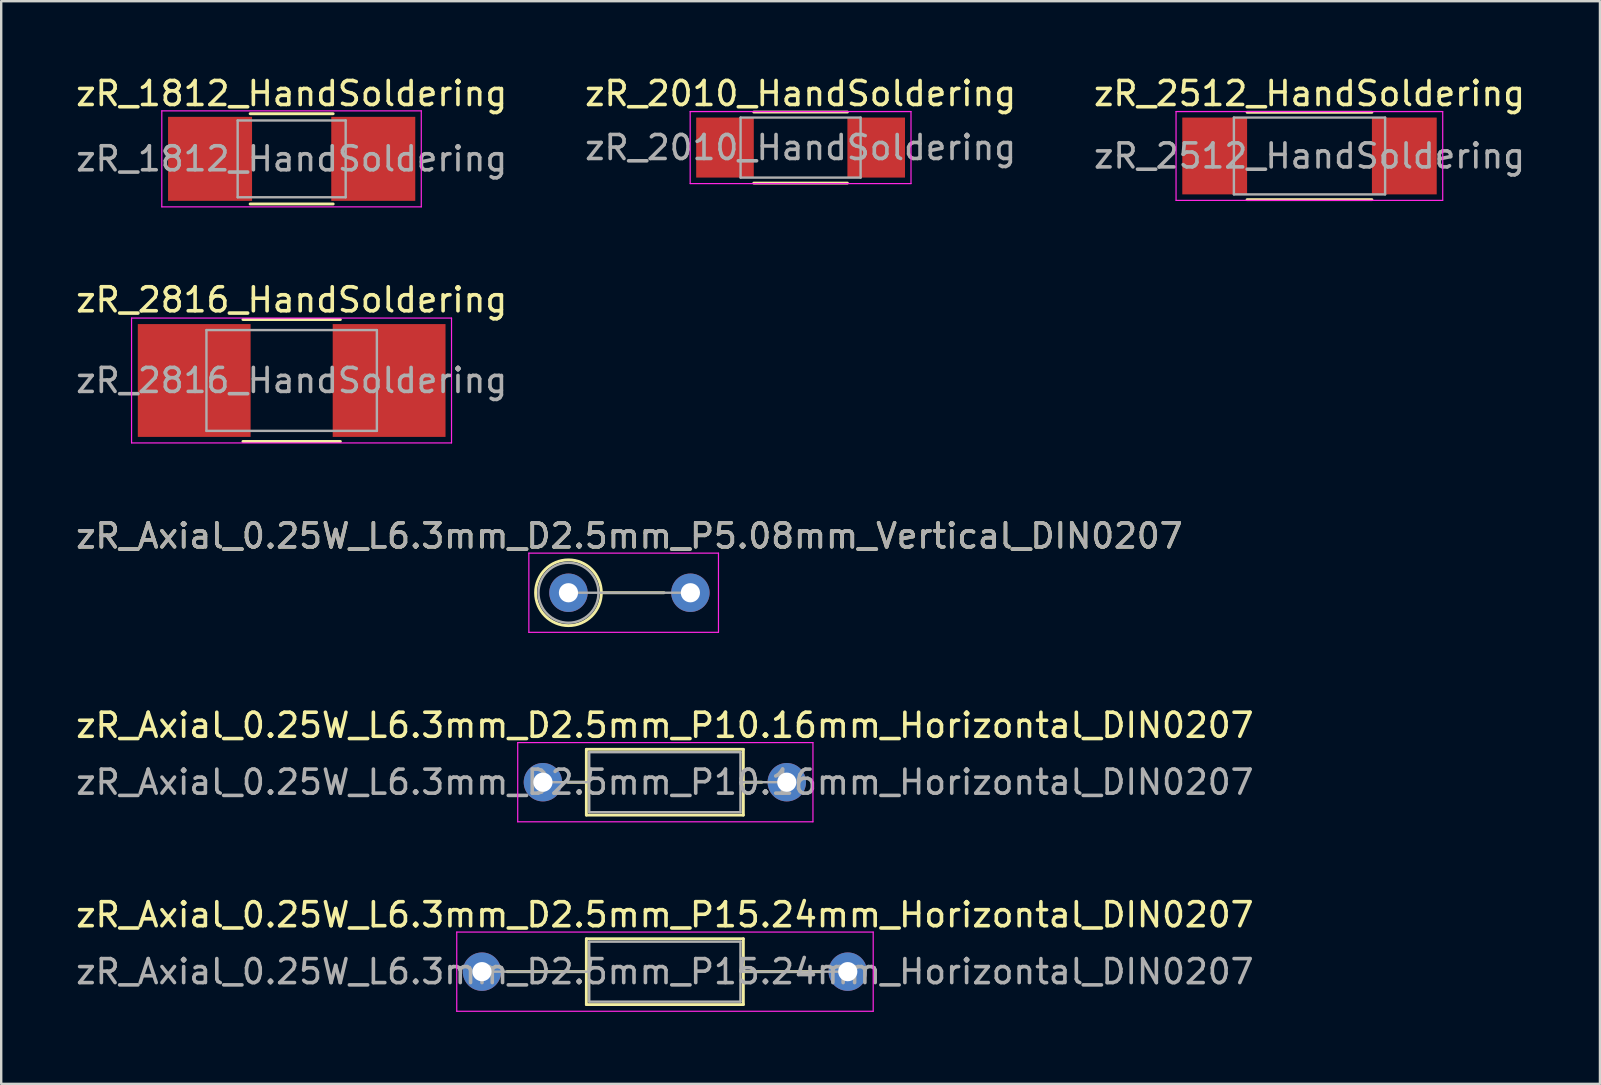
<source format=kicad_pcb>
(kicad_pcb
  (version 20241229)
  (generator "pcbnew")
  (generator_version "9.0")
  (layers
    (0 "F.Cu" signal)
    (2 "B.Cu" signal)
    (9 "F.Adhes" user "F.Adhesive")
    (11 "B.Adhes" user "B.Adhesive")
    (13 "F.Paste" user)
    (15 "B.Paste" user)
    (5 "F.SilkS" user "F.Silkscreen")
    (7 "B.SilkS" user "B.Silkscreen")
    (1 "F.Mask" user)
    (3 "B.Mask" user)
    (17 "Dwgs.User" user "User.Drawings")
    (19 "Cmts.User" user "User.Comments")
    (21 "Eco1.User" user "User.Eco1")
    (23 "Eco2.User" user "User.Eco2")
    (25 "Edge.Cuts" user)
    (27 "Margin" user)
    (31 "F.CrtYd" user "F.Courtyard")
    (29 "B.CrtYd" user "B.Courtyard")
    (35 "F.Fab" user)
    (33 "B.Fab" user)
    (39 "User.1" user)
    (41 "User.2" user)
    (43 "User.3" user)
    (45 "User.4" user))
  (footprint "zR_1812_HandSoldering"
    (layer "F.Cu")
    (at 9.101 3.568)
    (property "Reference" "zR_1812_HandSoldering" (at 0 -2.72 0) (layer "F.SilkS") (effects (font (size 1 1) (thickness 0.15))))
    (attr smd)
    (fp_line (start -1.73 -1.88) (end 1.73 -1.88) (stroke (width 0.12) (type solid)) (layer "F.SilkS"))
    (fp_line (start -1.73 1.88) (end 1.73 1.88) (stroke (width 0.12) (type solid)) (layer "F.SilkS"))
    (fp_line (start -5.41 -2) (end -5.41 2) (stroke (width 0.05) (type solid)) (layer "F.CrtYd"))
    (fp_line (start -5.41 -2) (end 5.4 -2) (stroke (width 0.05) (type solid)) (layer "F.CrtYd"))
    (fp_line (start 5.4 2) (end -5.41 2) (stroke (width 0.05) (type solid)) (layer "F.CrtYd"))
    (fp_line (start 5.4 2) (end 5.4 -2) (stroke (width 0.05) (type solid)) (layer "F.CrtYd"))
    (fp_line (start -2.25 -1.6) (end 2.25 -1.6) (stroke (width 0.1) (type solid)) (layer "F.Fab"))
    (fp_line (start -2.25 1.6) (end -2.25 -1.6) (stroke (width 0.1) (type solid)) (layer "F.Fab"))
    (fp_line (start 2.25 -1.6) (end 2.25 1.6) (stroke (width 0.1) (type solid)) (layer "F.Fab"))
    (fp_line (start 2.25 1.6) (end -2.25 1.6) (stroke (width 0.1) (type solid)) (layer "F.Fab"))
    (fp_text user "${REFERENCE}" (at 0 0 0) (layer "F.Fab") (effects (font (size 1 1) (thickness 0.15))))
    (pad "1" smd rect (at -3.4 0) (size 3.5 3.5) (layers "F.Cu" "F.Mask" "F.Paste"))
    (pad "2" smd rect (at 3.4 0) (size 3.5 3.5) (layers "F.Cu" "F.Mask" "F.Paste")))
  (footprint "zR_Axial_0.25W_L6.3mm_D2.5mm_P10.16mm_Horizontal_DIN0207"
    (layer "F.Cu")
    (at 19.569 29.538)
    (property "Reference" "zR_Axial_0.25W_L6.3mm_D2.5mm_P10.16mm_Horizontal_DIN0207" (at 5.08 -2.37 0) (layer "F.SilkS") (effects (font (size 1 1) (thickness 0.15))))
    (attr through_hole)
    (fp_line (start 1.04 0) (end 1.81 0) (stroke (width 0.12) (type solid)) (layer "F.SilkS"))
    (fp_line (start 1.81 -1.37) (end 1.81 1.37) (stroke (width 0.12) (type solid)) (layer "F.SilkS"))
    (fp_line (start 1.81 1.37) (end 8.35 1.37) (stroke (width 0.12) (type solid)) (layer "F.SilkS"))
    (fp_line (start 8.35 -1.37) (end 1.81 -1.37) (stroke (width 0.12) (type solid)) (layer "F.SilkS"))
    (fp_line (start 8.35 1.37) (end 8.35 -1.37) (stroke (width 0.12) (type solid)) (layer "F.SilkS"))
    (fp_line (start 9.12 0) (end 8.35 0) (stroke (width 0.12) (type solid)) (layer "F.SilkS"))
    (fp_line (start -1.05 -1.65) (end -1.05 1.65) (stroke (width 0.05) (type solid)) (layer "F.CrtYd"))
    (fp_line (start -1.05 1.65) (end 11.25 1.65) (stroke (width 0.05) (type solid)) (layer "F.CrtYd"))
    (fp_line (start 11.25 -1.65) (end -1.05 -1.65) (stroke (width 0.05) (type solid)) (layer "F.CrtYd"))
    (fp_line (start 11.25 1.65) (end 11.25 -1.65) (stroke (width 0.05) (type solid)) (layer "F.CrtYd"))
    (fp_line (start 0 0) (end 1.93 0) (stroke (width 0.1) (type solid)) (layer "F.Fab"))
    (fp_line (start 1.93 -1.25) (end 1.93 1.25) (stroke (width 0.1) (type solid)) (layer "F.Fab"))
    (fp_line (start 1.93 1.25) (end 8.23 1.25) (stroke (width 0.1) (type solid)) (layer "F.Fab"))
    (fp_line (start 8.23 -1.25) (end 1.93 -1.25) (stroke (width 0.1) (type solid)) (layer "F.Fab"))
    (fp_line (start 8.23 1.25) (end 8.23 -1.25) (stroke (width 0.1) (type solid)) (layer "F.Fab"))
    (fp_line (start 10.16 0) (end 8.23 0) (stroke (width 0.1) (type solid)) (layer "F.Fab"))
    (fp_text user "${REFERENCE}" (at 5.08 0 0) (layer "F.Fab") (effects (font (size 1 1) (thickness 0.15))))
    (pad "1" thru_hole circle (at 0 0) (size 1.6 1.6) (drill 0.8) (layers "*.Cu" "*.Mask"))
    (pad "2" thru_hole oval (at 10.16 0) (size 1.6 1.6) (drill 0.8) (layers "*.Cu" "*.Mask")))
  (footprint "zR_2010_HandSoldering"
    (layer "F.Cu")
    (at 30.304 3.098)
    (property "Reference" "zR_2010_HandSoldering" (at 0 -2.25 0) (layer "F.SilkS") (effects (font (size 1 1) (thickness 0.15))))
    (attr smd)
    (fp_line (start -1.95 -1.48) (end 1.95 -1.48) (stroke (width 0.12) (type solid)) (layer "F.SilkS"))
    (fp_line (start 1.95 1.48) (end -1.95 1.48) (stroke (width 0.12) (type solid)) (layer "F.SilkS"))
    (fp_line (start -4.6 -1.5) (end -4.6 1.5) (stroke (width 0.05) (type solid)) (layer "F.CrtYd"))
    (fp_line (start -4.6 -1.5) (end 4.6 -1.5) (stroke (width 0.05) (type solid)) (layer "F.CrtYd"))
    (fp_line (start 4.6 1.5) (end -4.6 1.5) (stroke (width 0.05) (type solid)) (layer "F.CrtYd"))
    (fp_line (start 4.6 1.5) (end 4.6 -1.5) (stroke (width 0.05) (type solid)) (layer "F.CrtYd"))
    (fp_line (start -2.5 -1.25) (end 2.5 -1.25) (stroke (width 0.1) (type solid)) (layer "F.Fab"))
    (fp_line (start -2.5 1.25) (end -2.5 -1.25) (stroke (width 0.1) (type solid)) (layer "F.Fab"))
    (fp_line (start 2.5 -1.25) (end 2.5 1.25) (stroke (width 0.1) (type solid)) (layer "F.Fab"))
    (fp_line (start 2.5 1.25) (end -2.5 1.25) (stroke (width 0.1) (type solid)) (layer "F.Fab"))
    (fp_text user "${REFERENCE}" (at 0 0 0) (layer "F.Fab") (effects (font (size 1 1) (thickness 0.15))))
    (pad "1" smd rect (at -3.15 0) (size 2.4 2.5) (layers "F.Cu" "F.Mask" "F.Paste"))
    (pad "2" smd rect (at 3.15 0) (size 2.4 2.5) (layers "F.Cu" "F.Mask" "F.Paste")))
  (footprint "zR_Axial_0.25W_L6.3mm_D2.5mm_P5.08mm_Vertical_DIN0207"
    (layer "F.Cu")
    (at 20.633 21.645)
    (property "Reference" "zR_Axial_0.25W_L6.3mm_D2.5mm_P5.08mm_Vertical_DIN0207" (at 2.54 -2.37 0) (layer "F.SilkS") (effects (font (size 1 1) (thickness 0.15))))
    (attr through_hole)
    (fp_line (start 1.37 0) (end 3.98 0) (stroke (width 0.12) (type solid)) (layer "F.SilkS"))
    (fp_circle (center 0 0) (end 1.37 0) (stroke (width 0.12) (type solid)) (fill no) (layer "F.SilkS"))
    (fp_line (start -1.65 -1.65) (end -1.65 1.65) (stroke (width 0.05) (type solid)) (layer "F.CrtYd"))
    (fp_line (start -1.65 1.65) (end 6.25 1.65) (stroke (width 0.05) (type solid)) (layer "F.CrtYd"))
    (fp_line (start 6.25 -1.65) (end -1.65 -1.65) (stroke (width 0.05) (type solid)) (layer "F.CrtYd"))
    (fp_line (start 6.25 1.65) (end 6.25 -1.65) (stroke (width 0.05) (type solid)) (layer "F.CrtYd"))
    (fp_line (start 0 0) (end 5.08 0) (stroke (width 0.1) (type solid)) (layer "F.Fab"))
    (fp_circle (center 0 0) (end 1.25 0) (stroke (width 0.1) (type solid)) (fill no) (layer "F.Fab"))
    (fp_text user "${REFERENCE}" (at 2.54 -2.37 0) (layer "F.Fab") (effects (font (size 1 1) (thickness 0.15))))
    (pad "1" thru_hole circle (at 0 0) (size 1.6 1.6) (drill 0.8) (layers "*.Cu" "*.Mask"))
    (pad "2" thru_hole oval (at 5.08 0) (size 1.6 1.6) (drill 0.8) (layers "*.Cu" "*.Mask")))
  (footprint "zR_2512_HandSoldering"
    (layer "F.Cu")
    (at 51.506 3.448)
    (property "Reference" "zR_2512_HandSoldering" (at 0 -2.6 0) (layer "F.SilkS") (effects (font (size 1 1) (thickness 0.15))))
    (attr smd)
    (fp_line (start -2.6 -1.82) (end 2.6 -1.82) (stroke (width 0.12) (type solid)) (layer "F.SilkS"))
    (fp_line (start 2.6 1.82) (end -2.6 1.82) (stroke (width 0.12) (type solid)) (layer "F.SilkS"))
    (fp_line (start -5.56 -1.85) (end -5.56 1.85) (stroke (width 0.05) (type solid)) (layer "F.CrtYd"))
    (fp_line (start -5.56 -1.85) (end 5.55 -1.85) (stroke (width 0.05) (type solid)) (layer "F.CrtYd"))
    (fp_line (start 5.55 1.85) (end -5.56 1.85) (stroke (width 0.05) (type solid)) (layer "F.CrtYd"))
    (fp_line (start 5.55 1.85) (end 5.55 -1.85) (stroke (width 0.05) (type solid)) (layer "F.CrtYd"))
    (fp_line (start -3.15 -1.6) (end 3.15 -1.6) (stroke (width 0.1) (type solid)) (layer "F.Fab"))
    (fp_line (start -3.15 1.6) (end -3.15 -1.6) (stroke (width 0.1) (type solid)) (layer "F.Fab"))
    (fp_line (start 3.15 -1.6) (end 3.15 1.6) (stroke (width 0.1) (type solid)) (layer "F.Fab"))
    (fp_line (start 3.15 1.6) (end -3.15 1.6) (stroke (width 0.1) (type solid)) (layer "F.Fab"))
    (fp_text user "${REFERENCE}" (at 0 0 0) (layer "F.Fab") (effects (font (size 1 1) (thickness 0.15))))
    (pad "1" smd rect (at -3.95 0) (size 2.7 3.2) (layers "F.Cu" "F.Mask" "F.Paste"))
    (pad "2" smd rect (at 3.95 0) (size 2.7 3.2) (layers "F.Cu" "F.Mask" "F.Paste")))
  (footprint "zR_2816_HandSoldering"
    (layer "F.Cu")
    (at 9.101 12.802)
    (property "Reference" "zR_2816_HandSoldering" (at 0 -3.36 0) (layer "F.SilkS") (effects (font (size 1 1) (thickness 0.15))))
    (attr smd)
    (fp_line (start -2.03 -2.54) (end 2.03 -2.54) (stroke (width 0.12) (type solid)) (layer "F.SilkS"))
    (fp_line (start -2.03 2.54) (end 2.03 2.54) (stroke (width 0.12) (type solid)) (layer "F.SilkS"))
    (fp_line (start -6.67 -2.6) (end -6.67 2.6) (stroke (width 0.05) (type solid)) (layer "F.CrtYd"))
    (fp_line (start -6.67 -2.6) (end 6.66 -2.6) (stroke (width 0.05) (type solid)) (layer "F.CrtYd"))
    (fp_line (start 6.66 2.6) (end -6.67 2.6) (stroke (width 0.05) (type solid)) (layer "F.CrtYd"))
    (fp_line (start 6.66 2.6) (end 6.66 -2.6) (stroke (width 0.05) (type solid)) (layer "F.CrtYd"))
    (fp_line (start -3.55 -2.1) (end 3.55 -2.1) (stroke (width 0.1) (type solid)) (layer "F.Fab"))
    (fp_line (start -3.55 2.1) (end -3.55 -2.1) (stroke (width 0.1) (type solid)) (layer "F.Fab"))
    (fp_line (start 3.55 -2.1) (end 3.55 2.1) (stroke (width 0.1) (type solid)) (layer "F.Fab"))
    (fp_line (start 3.55 2.1) (end -3.55 2.1) (stroke (width 0.1) (type solid)) (layer "F.Fab"))
    (fp_text user "${REFERENCE}" (at 0 0 0) (layer "F.Fab") (effects (font (size 1 1) (thickness 0.15))))
    (pad "1" smd rect (at -4.06 0) (size 4.7 4.7) (layers "F.Cu" "F.Mask" "F.Paste"))
    (pad "2" smd rect (at 4.06 0) (size 4.7 4.7) (layers "F.Cu" "F.Mask" "F.Paste")))
  (footprint "zR_Axial_0.25W_L6.3mm_D2.5mm_P15.24mm_Horizontal_DIN0207"
    (layer "F.Cu")
    (at 17.029 37.431)
    (property "Reference" "zR_Axial_0.25W_L6.3mm_D2.5mm_P15.24mm_Horizontal_DIN0207" (at 7.62 -2.37 0) (layer "F.SilkS") (effects (font (size 1 1) (thickness 0.15))))
    (attr through_hole)
    (fp_line (start 1.04 0) (end 4.35 0) (stroke (width 0.12) (type solid)) (layer "F.SilkS"))
    (fp_line (start 4.35 -1.37) (end 4.35 1.37) (stroke (width 0.12) (type solid)) (layer "F.SilkS"))
    (fp_line (start 4.35 1.37) (end 10.89 1.37) (stroke (width 0.12) (type solid)) (layer "F.SilkS"))
    (fp_line (start 10.89 -1.37) (end 4.35 -1.37) (stroke (width 0.12) (type solid)) (layer "F.SilkS"))
    (fp_line (start 10.89 1.37) (end 10.89 -1.37) (stroke (width 0.12) (type solid)) (layer "F.SilkS"))
    (fp_line (start 14.2 0) (end 10.89 0) (stroke (width 0.12) (type solid)) (layer "F.SilkS"))
    (fp_line (start -1.05 -1.65) (end -1.05 1.65) (stroke (width 0.05) (type solid)) (layer "F.CrtYd"))
    (fp_line (start -1.05 1.65) (end 16.3 1.65) (stroke (width 0.05) (type solid)) (layer "F.CrtYd"))
    (fp_line (start 16.3 -1.65) (end -1.05 -1.65) (stroke (width 0.05) (type solid)) (layer "F.CrtYd"))
    (fp_line (start 16.3 1.65) (end 16.3 -1.65) (stroke (width 0.05) (type solid)) (layer "F.CrtYd"))
    (fp_line (start 0 0) (end 4.47 0) (stroke (width 0.1) (type solid)) (layer "F.Fab"))
    (fp_line (start 4.47 -1.25) (end 4.47 1.25) (stroke (width 0.1) (type solid)) (layer "F.Fab"))
    (fp_line (start 4.47 1.25) (end 10.77 1.25) (stroke (width 0.1) (type solid)) (layer "F.Fab"))
    (fp_line (start 10.77 -1.25) (end 4.47 -1.25) (stroke (width 0.1) (type solid)) (layer "F.Fab"))
    (fp_line (start 10.77 1.25) (end 10.77 -1.25) (stroke (width 0.1) (type solid)) (layer "F.Fab"))
    (fp_line (start 15.24 0) (end 10.77 0) (stroke (width 0.1) (type solid)) (layer "F.Fab"))
    (fp_text user "${REFERENCE}" (at 7.62 0 0) (layer "F.Fab") (effects (font (size 1 1) (thickness 0.15))))
    (pad "1" thru_hole circle (at 0 0) (size 1.6 1.6) (drill 0.8) (layers "*.Cu" "*.Mask"))
    (pad "2" thru_hole oval (at 15.24 0) (size 1.6 1.6) (drill 0.8) (layers "*.Cu" "*.Mask")))
  (gr_rect
    (start -3 -3)
    (end 63.607 42.106)
    (stroke (width 0.1) (type default))
    (fill no)
    (layer "Edge.Cuts")))
</source>
